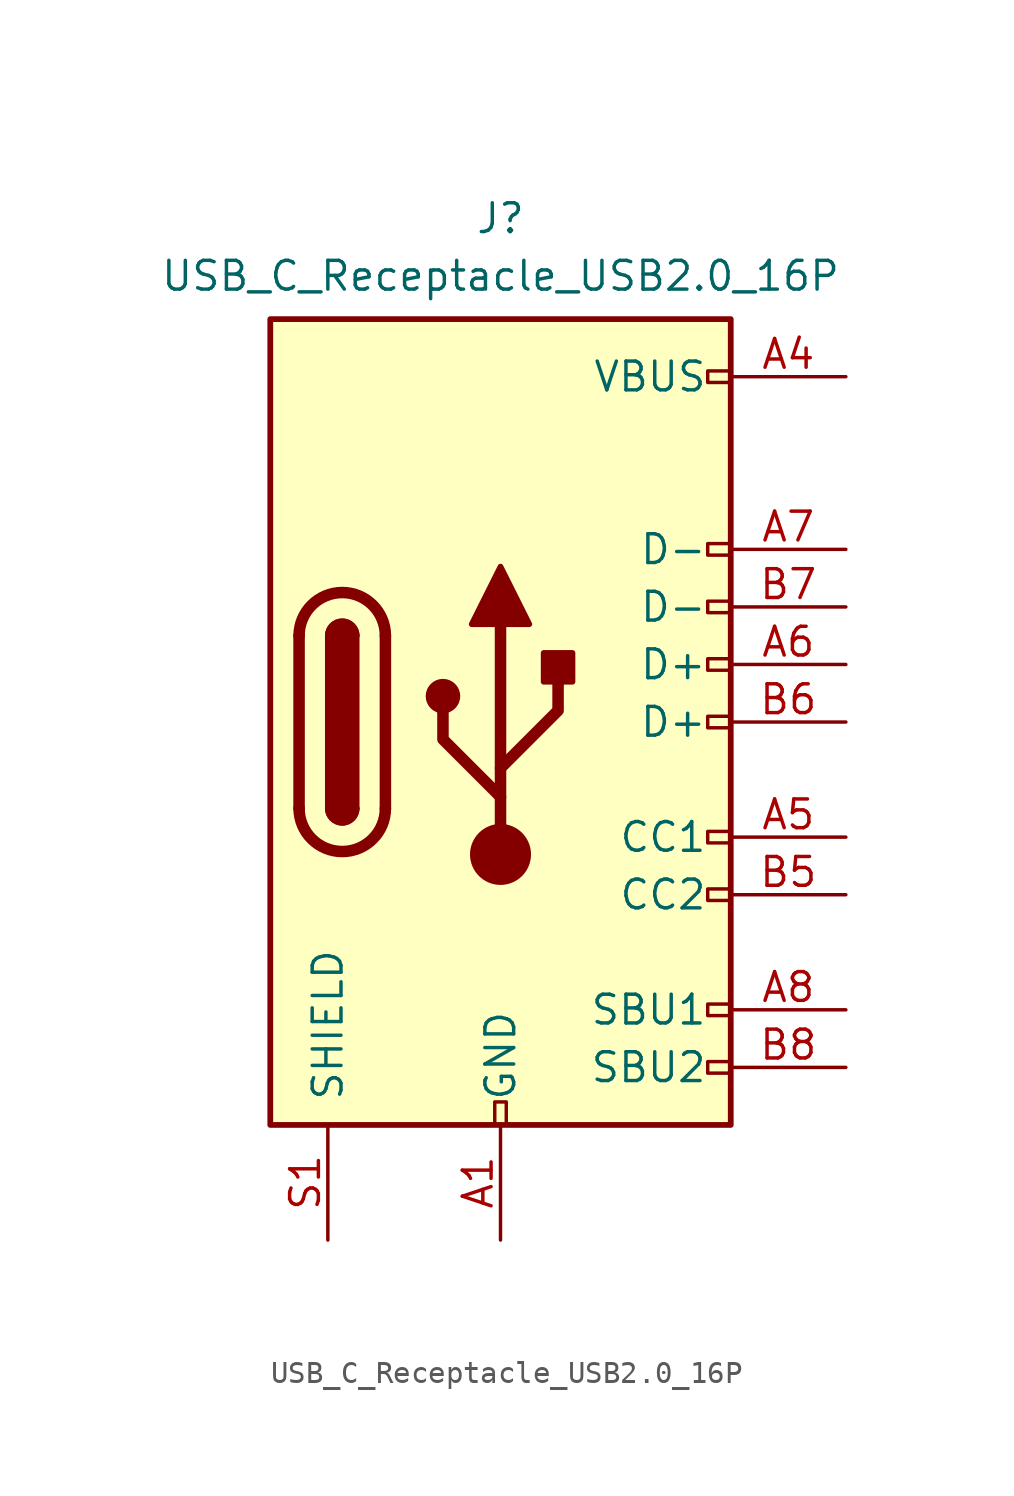
<source format=kicad_sym>
(kicad_symbol_lib
  (version 20241209)
  (generator "kicad_symbol_editor")
  (generator_version "9.0")
  (symbol "USB_C_Receptacle_USB2.0_16P"
    (pin_names
      (offset 1.016))
    (property "Reference" "J"
      (at 0 22.225 0)
      (effects (font (size 1.27 1.27))))
    (property "Value" "USB_C_Receptacle_USB2.0_16P"
      (at 0 19.685 0)
      (effects (font (size 1.27 1.27))))
    (symbol "USB_C_Receptacle_USB2.0_16P_0_0"
      (rectangle (start -0.254 -17.78) (end 0.254 -16.764) (stroke (width 0) (type default)) (fill (type none)))
      (rectangle (start 10.16 15.494) (end 9.144 14.986) (stroke (width 0) (type default)) (fill (type none)))
      (rectangle (start 10.16 7.874) (end 9.144 7.366) (stroke (width 0) (type default)) (fill (type none)))
      (rectangle (start 10.16 5.334) (end 9.144 4.826) (stroke (width 0) (type default)) (fill (type none)))
      (rectangle (start 10.16 2.794) (end 9.144 2.286) (stroke (width 0) (type default)) (fill (type none)))
      (rectangle (start 10.16 0.254) (end 9.144 -0.254) (stroke (width 0) (type default)) (fill (type none)))
      (rectangle (start 10.16 -4.826) (end 9.144 -5.334) (stroke (width 0) (type default)) (fill (type none)))
      (rectangle (start 10.16 -7.366) (end 9.144 -7.874) (stroke (width 0) (type default)) (fill (type none)))
      (rectangle (start 10.16 -12.446) (end 9.144 -12.954) (stroke (width 0) (type default)) (fill (type none)))
      (rectangle (start 10.16 -14.986) (end 9.144 -15.494) (stroke (width 0) (type default)) (fill (type none))))
    (symbol "USB_C_Receptacle_USB2.0_16P_0_1"
      (rectangle (start -10.16 17.78) (end 10.16 -17.78) (stroke (width 0.254) (type default)) (fill (type background)))
      (polyline (pts (xy -8.89 -3.81) (xy -8.89 3.81)) (stroke (width 0.508) (type default)) (fill (type none)))
      (rectangle (start -7.62 -3.81) (end -6.35 3.81) (stroke (width 0.254) (type default)) (fill (type outline)))
      (arc (start -7.62 3.81) (mid -6.985 4.4423) (end -6.35 3.81) (stroke (width 0.254) (type default)) (fill (type none)))
      (arc (start -7.62 3.81) (mid -6.985 4.4423) (end -6.35 3.81) (stroke (width 0.254) (type default)) (fill (type outline)))
      (arc (start -8.89 3.81) (mid -6.985 5.7067) (end -5.08 3.81) (stroke (width 0.508) (type default)) (fill (type none)))
      (arc (start -5.08 -3.81) (mid -6.985 -5.7067) (end -8.89 -3.81) (stroke (width 0.508) (type default)) (fill (type none)))
      (arc (start -6.35 -3.81) (mid -6.985 -4.4423) (end -7.62 -3.81) (stroke (width 0.254) (type default)) (fill (type none)))
      (arc (start -6.35 -3.81) (mid -6.985 -4.4423) (end -7.62 -3.81) (stroke (width 0.254) (type default)) (fill (type outline)))
      (polyline (pts (xy -5.08 3.81) (xy -5.08 -3.81)) (stroke (width 0.508) (type default)) (fill (type none)))
      (circle (center -2.54 1.143) (radius 0.635) (stroke (width 0.254) (type default)) (fill (type outline)))
      (polyline (pts (xy -1.27 4.318) (xy 0 6.858) (xy 1.27 4.318) (xy -1.27 4.318)) (stroke (width 0.254) (type default)) (fill (type outline)))
      (polyline (pts (xy 0 -2.032) (xy 2.54 0.508) (xy 2.54 1.778)) (stroke (width 0.508) (type default)) (fill (type none)))
      (polyline (pts (xy 0 -3.302) (xy -2.54 -0.762) (xy -2.54 0.508)) (stroke (width 0.508) (type default)) (fill (type none)))
      (polyline (pts (xy 0 -5.842) (xy 0 4.318)) (stroke (width 0.508) (type default)) (fill (type none)))
      (circle (center 0 -5.842) (radius 1.27) (stroke (width 0) (type default)) (fill (type outline)))
      (rectangle (start 1.905 1.778) (end 3.175 3.048) (stroke (width 0.254) (type default)) (fill (type outline))))
    (symbol "USB_C_Receptacle_USB2.0_16P_1_1"
      (pin passive line (at -7.62 -22.86 90) (length 5.08) (name "SHIELD" (effects (font (size 1.27 1.27)))) (number "S1" (effects (font (size 1.27 1.27)))))
      (pin passive line (at 0 -22.86 90) (length 5.08) (name "GND" (effects (font (size 1.27 1.27)))) (number "A1" (effects (font (size 1.27 1.27)))))
      (pin passive line (at 0 -22.86 90) (length 5.08) (hide yes) (name "GND" (effects (font (size 1.27 1.27)))) (number "A12" (effects (font (size 1.27 1.27)))))
      (pin passive line (at 0 -22.86 90) (length 5.08) (hide yes) (name "GND" (effects (font (size 1.27 1.27)))) (number "B1" (effects (font (size 1.27 1.27)))))
      (pin passive line (at 0 -22.86 90) (length 5.08) (hide yes) (name "GND" (effects (font (size 1.27 1.27)))) (number "B12" (effects (font (size 1.27 1.27)))))
      (pin passive line (at 15.24 15.24 180) (length 5.08) (name "VBUS" (effects (font (size 1.27 1.27)))) (number "A4" (effects (font (size 1.27 1.27)))))
      (pin passive line (at 15.24 15.24 180) (length 5.08) (hide yes) (name "VBUS" (effects (font (size 1.27 1.27)))) (number "A9" (effects (font (size 1.27 1.27)))))
      (pin passive line (at 15.24 15.24 180) (length 5.08) (hide yes) (name "VBUS" (effects (font (size 1.27 1.27)))) (number "B4" (effects (font (size 1.27 1.27)))))
      (pin passive line (at 15.24 15.24 180) (length 5.08) (hide yes) (name "VBUS" (effects (font (size 1.27 1.27)))) (number "B9" (effects (font (size 1.27 1.27)))))
      (pin bidirectional line (at 15.24 7.62 180) (length 5.08) (name "D-" (effects (font (size 1.27 1.27)))) (number "A7" (effects (font (size 1.27 1.27)))))
      (pin bidirectional line (at 15.24 5.08 180) (length 5.08) (name "D-" (effects (font (size 1.27 1.27)))) (number "B7" (effects (font (size 1.27 1.27)))))
      (pin bidirectional line (at 15.24 2.54 180) (length 5.08) (name "D+" (effects (font (size 1.27 1.27)))) (number "A6" (effects (font (size 1.27 1.27)))))
      (pin bidirectional line (at 15.24 0 180) (length 5.08) (name "D+" (effects (font (size 1.27 1.27)))) (number "B6" (effects (font (size 1.27 1.27)))))
      (pin bidirectional line (at 15.24 -5.08 180) (length 5.08) (name "CC1" (effects (font (size 1.27 1.27)))) (number "A5" (effects (font (size 1.27 1.27)))))
      (pin bidirectional line (at 15.24 -7.62 180) (length 5.08) (name "CC2" (effects (font (size 1.27 1.27)))) (number "B5" (effects (font (size 1.27 1.27)))))
      (pin bidirectional line (at 15.24 -12.7 180) (length 5.08) (name "SBU1" (effects (font (size 1.27 1.27)))) (number "A8" (effects (font (size 1.27 1.27)))))
      (pin bidirectional line (at 15.24 -15.24 180) (length 5.08) (name "SBU2" (effects (font (size 1.27 1.27)))) (number "B8" (effects (font (size 1.27 1.27))))))))
</source>
